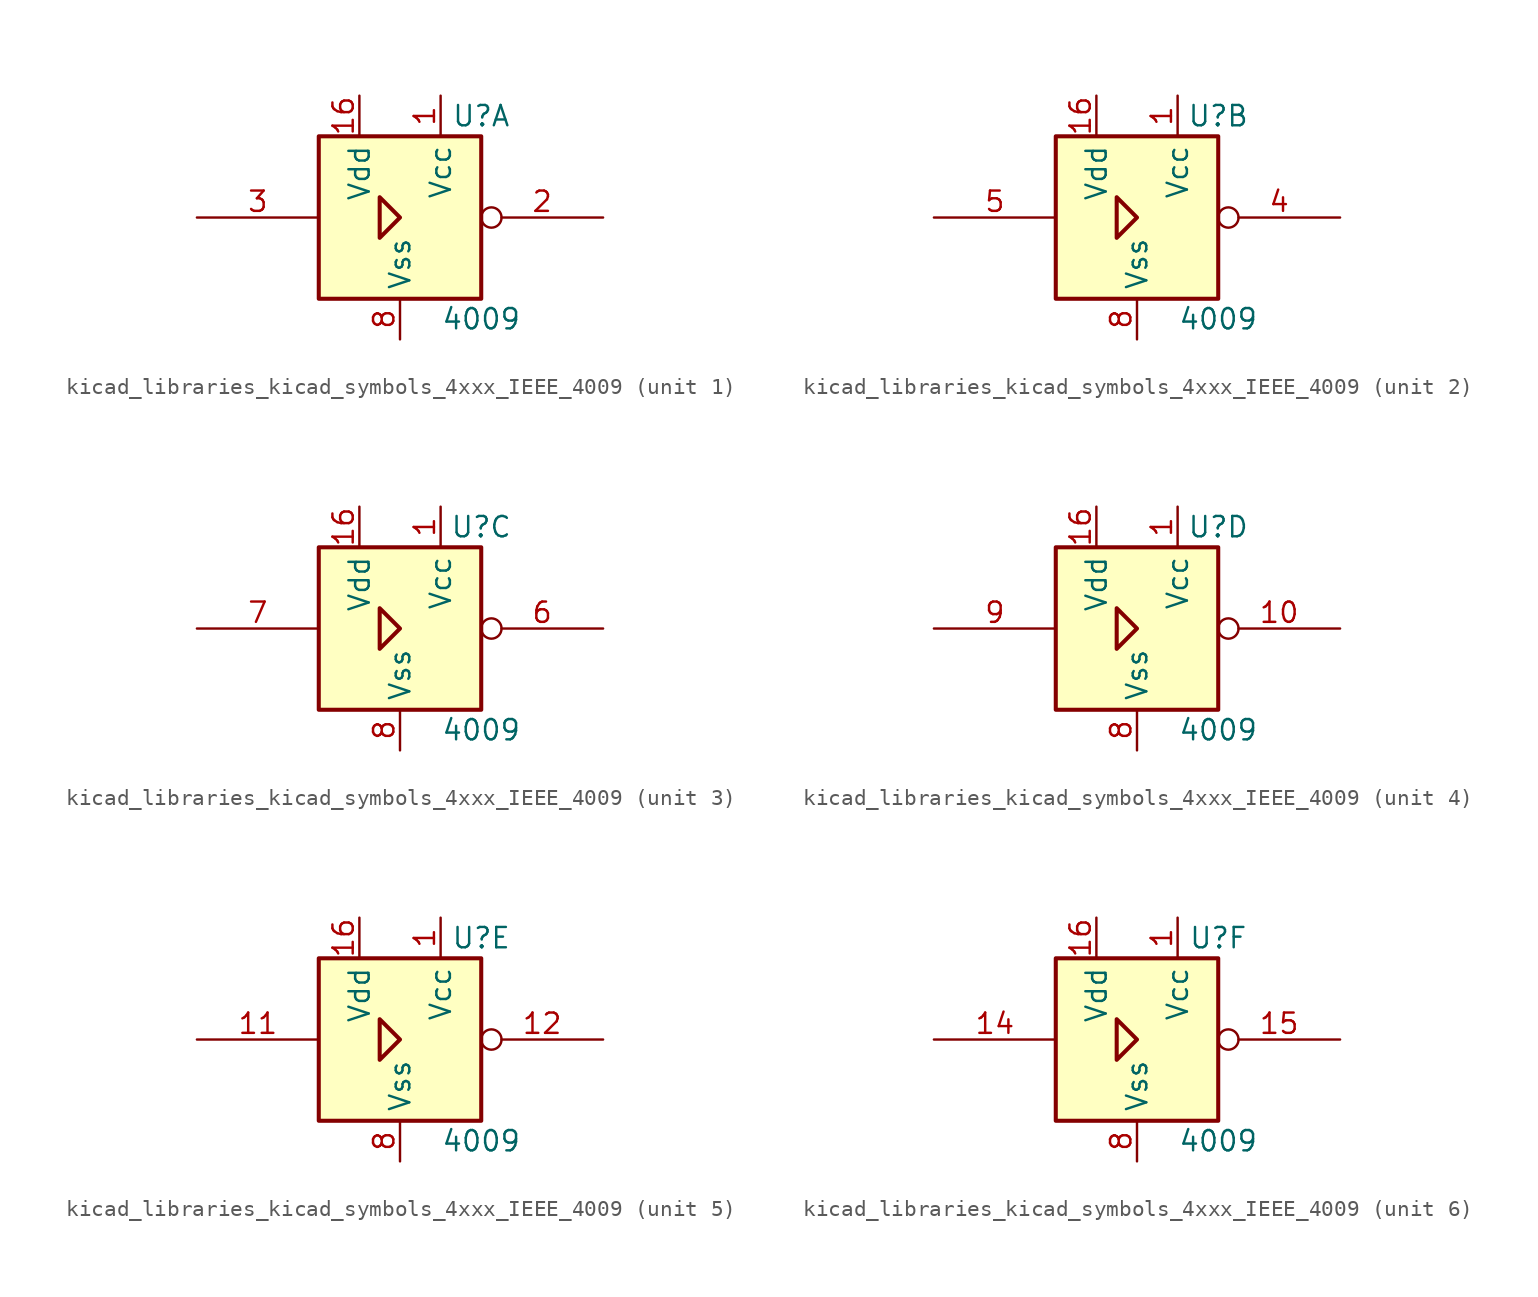
<source format=kicad_sym>
(kicad_symbol_lib
  (version 20220914)
  (generator kicad_symbol_editor)
  (symbol "kicad_libraries_kicad_symbols_4xxx_IEEE_4009"
    (property "Reference" "U"
      (at 5.08 6.35 0)
      (effects (font (size 1.27 1.27))))
    (property "Value" "4009"
      (at 5.08 -6.35 0)
      (effects (font (size 1.27 1.27))))
    (symbol "kicad_libraries_kicad_symbols_4xxx_IEEE_4009_0_0"
      (rectangle (start -5.08 5.08) (end 5.08 -5.08) (stroke (width 0.254) (type default)) (fill (type background)))
      (polyline (pts (xy -1.27 1.27) (xy -1.27 -1.27) (xy 0 0) (xy -1.27 1.27) (xy -1.27 1.27)) (stroke (width 0.254) (type default)) (fill (type background))))
    (symbol "kicad_libraries_kicad_symbols_4xxx_IEEE_4009_0_1"
      (pin power_in line (at 2.54 7.62 270) (length 2.54) (name "Vcc" (effects (font (size 1.27 1.27)))) (number "1" (effects (font (size 1.27 1.27)))))
      (pin power_in line (at -2.54 7.62 270) (length 2.54) (name "Vdd" (effects (font (size 1.27 1.27)))) (number "16" (effects (font (size 1.27 1.27)))))
      (pin power_in line (at 0 -7.62 90) (length 2.54) (name "Vss" (effects (font (size 1.27 1.27)))) (number "8" (effects (font (size 1.27 1.27))))))
    (symbol "kicad_libraries_kicad_symbols_4xxx_IEEE_4009_1_1"
      (pin output inverted (at 12.7 0 180) (length 7.62) (name "~" (effects (font (size 1.27 1.27)))) (number "2" (effects (font (size 1.27 1.27)))))
      (pin input line (at -12.7 0 0) (length 7.62) (name "~" (effects (font (size 1.27 1.27)))) (number "3" (effects (font (size 1.27 1.27))))))
    (symbol "kicad_libraries_kicad_symbols_4xxx_IEEE_4009_2_1"
      (pin output inverted (at 12.7 0 180) (length 7.62) (name "~" (effects (font (size 1.27 1.27)))) (number "4" (effects (font (size 1.27 1.27)))))
      (pin input line (at -12.7 0 0) (length 7.62) (name "~" (effects (font (size 1.27 1.27)))) (number "5" (effects (font (size 1.27 1.27))))))
    (symbol "kicad_libraries_kicad_symbols_4xxx_IEEE_4009_3_1"
      (pin output inverted (at 12.7 0 180) (length 7.62) (name "~" (effects (font (size 1.27 1.27)))) (number "6" (effects (font (size 1.27 1.27)))))
      (pin input line (at -12.7 0 0) (length 7.62) (name "~" (effects (font (size 1.27 1.27)))) (number "7" (effects (font (size 1.27 1.27))))))
    (symbol "kicad_libraries_kicad_symbols_4xxx_IEEE_4009_4_1"
      (pin output inverted (at 12.7 0 180) (length 7.62) (name "~" (effects (font (size 1.27 1.27)))) (number "10" (effects (font (size 1.27 1.27)))))
      (pin input line (at -12.7 0 0) (length 7.62) (name "~" (effects (font (size 1.27 1.27)))) (number "9" (effects (font (size 1.27 1.27))))))
    (symbol "kicad_libraries_kicad_symbols_4xxx_IEEE_4009_5_1"
      (pin input line (at -12.7 0 0) (length 7.62) (name "~" (effects (font (size 1.27 1.27)))) (number "11" (effects (font (size 1.27 1.27)))))
      (pin output inverted (at 12.7 0 180) (length 7.62) (name "~" (effects (font (size 1.27 1.27)))) (number "12" (effects (font (size 1.27 1.27))))))
    (symbol "kicad_libraries_kicad_symbols_4xxx_IEEE_4009_6_1"
      (pin input line (at -12.7 0 0) (length 7.62) (name "~" (effects (font (size 1.27 1.27)))) (number "14" (effects (font (size 1.27 1.27)))))
      (pin output inverted (at 12.7 0 180) (length 7.62) (name "~" (effects (font (size 1.27 1.27)))) (number "15" (effects (font (size 1.27 1.27))))))))
</source>
